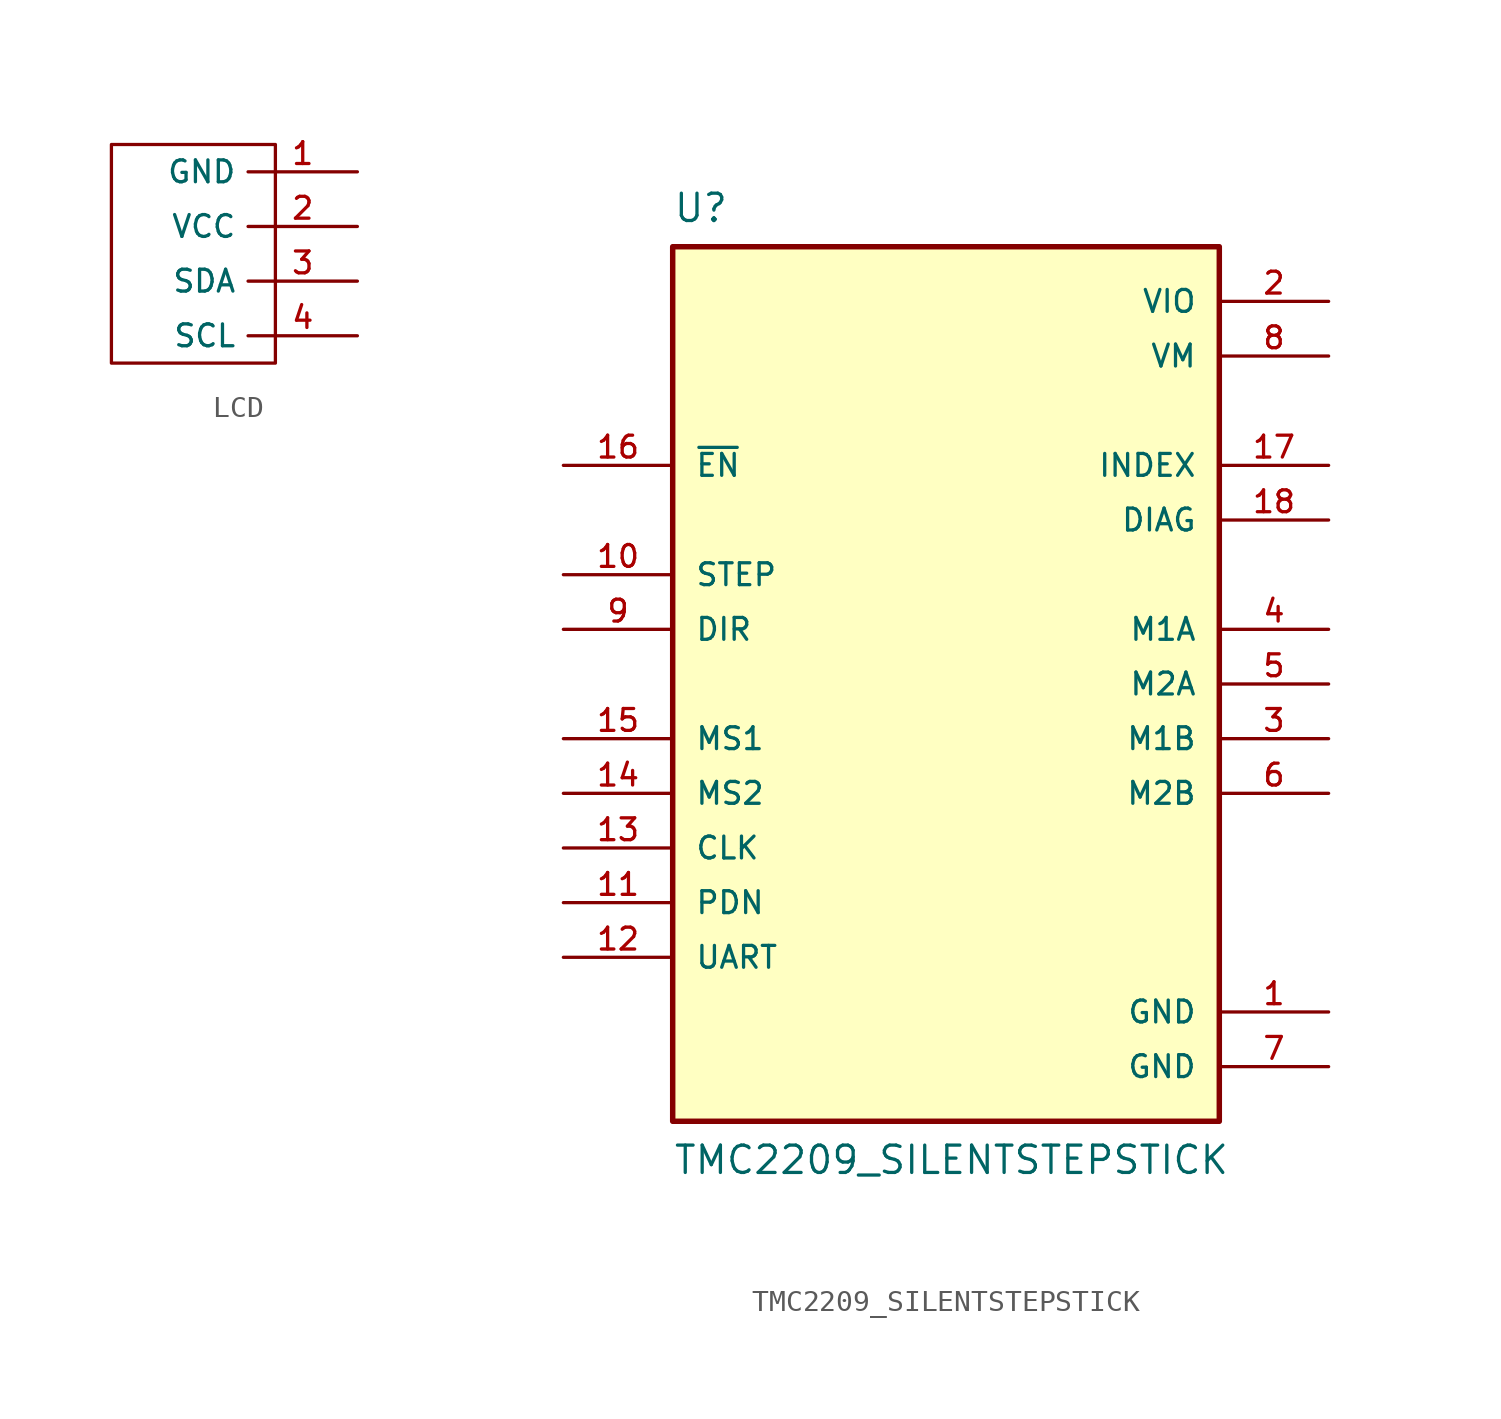
<source format=kicad_sym>
(kicad_symbol_lib
  (version 20231120)
  (generator "kicad_symbol_editor")
  (generator_version "8.0")
  (symbol "LCD"
    (property "Reference" "U"
      (at 0 3.556 0)
      (effects (font (size 1.27 1.27)) (hide yes)))
    (property "Value" ""
      (at 0 0 0)
      (effects (font (size 1.27 1.27))))
    (symbol "LCD_0_1"
      (rectangle (start -3.81 -1.27) (end 3.81 -11.43) (stroke (width 0) (type default)) (fill (type none))))
    (symbol "LCD_1_0"
      (pin bidirectional line (at 7.62 -2.54 180) (length 5.08) (name "GND" (effects (font (size 1.016 1.016)))) (number "1" (effects (font (size 1.016 1.016)))))
      (pin input line (at 7.62 -5.08 180) (length 5.08) (name "VCC" (effects (font (size 1.016 1.016)))) (number "2" (effects (font (size 1.016 1.016)))))
      (pin input line (at 7.62 -7.62 180) (length 5.08) (name "SDA" (effects (font (size 1.016 1.016)))) (number "3" (effects (font (size 1.016 1.016)))))
      (pin input line (at 7.62 -10.16 180) (length 5.08) (name "SCL" (effects (font (size 1.016 1.016)))) (number "4" (effects (font (size 1.016 1.016)))))))
  (symbol "TMC2209_SILENTSTEPSTICK"
    (pin_names
      (offset 1.016))
    (property "Reference" "U"
      (at -12.7 22.86 0)
      (effects (font (size 1.27 1.27)) (justify left top)))
    (property "Value" "TMC2209_SILENTSTEPSTICK"
      (at -12.7 -22.86 0)
      (effects (font (size 1.27 1.27)) (justify left bottom)))
    (symbol "TMC2209_SILENTSTEPSTICK_0_0"
      (rectangle (start -12.7 20.32) (end 12.7 -20.32) (stroke (width 0.254) (type default)) (fill (type background)))
      (pin power_in line (at 17.78 -15.24 180) (length 5.08) (name "GND" (effects (font (size 1.016 1.016)))) (number "1" (effects (font (size 1.016 1.016)))))
      (pin input line (at -17.78 5.08 0) (length 5.08) (name "STEP" (effects (font (size 1.016 1.016)))) (number "10" (effects (font (size 1.016 1.016)))))
      (pin bidirectional line (at -17.78 -10.16 0) (length 5.08) (name "PDN" (effects (font (size 1.016 1.016)))) (number "11" (effects (font (size 1.016 1.016)))))
      (pin bidirectional line (at -17.78 -12.7 0) (length 5.08) (name "UART" (effects (font (size 1.016 1.016)))) (number "12" (effects (font (size 1.016 1.016)))))
      (pin input line (at -17.78 -5.08 0) (length 5.08) (name "MS2" (effects (font (size 1.016 1.016)))) (number "14" (effects (font (size 1.016 1.016)))))
      (pin input line (at -17.78 -2.54 0) (length 5.08) (name "MS1" (effects (font (size 1.016 1.016)))) (number "15" (effects (font (size 1.016 1.016)))))
      (pin input line (at -17.78 10.16 0) (length 5.08) (name "~{EN}" (effects (font (size 1.016 1.016)))) (number "16" (effects (font (size 1.016 1.016)))))
      (pin output line (at 17.78 10.16 180) (length 5.08) (name "INDEX" (effects (font (size 1.016 1.016)))) (number "17" (effects (font (size 1.016 1.016)))))
      (pin output line (at 17.78 7.62 180) (length 5.08) (name "DIAG" (effects (font (size 1.016 1.016)))) (number "18" (effects (font (size 1.016 1.016)))))
      (pin power_in line (at 17.78 17.78 180) (length 5.08) (name "VIO" (effects (font (size 1.016 1.016)))) (number "2" (effects (font (size 1.016 1.016)))))
      (pin output line (at 17.78 -2.54 180) (length 5.08) (name "M1B" (effects (font (size 1.016 1.016)))) (number "3" (effects (font (size 1.016 1.016)))))
      (pin output line (at 17.78 2.54 180) (length 5.08) (name "M1A" (effects (font (size 1.016 1.016)))) (number "4" (effects (font (size 1.016 1.016)))))
      (pin output line (at 17.78 0 180) (length 5.08) (name "M2A" (effects (font (size 1.016 1.016)))) (number "5" (effects (font (size 1.016 1.016)))))
      (pin output line (at 17.78 -5.08 180) (length 5.08) (name "M2B" (effects (font (size 1.016 1.016)))) (number "6" (effects (font (size 1.016 1.016)))))
      (pin power_in line (at 17.78 -17.78 180) (length 5.08) (name "GND" (effects (font (size 1.016 1.016)))) (number "7" (effects (font (size 1.016 1.016)))))
      (pin power_in line (at 17.78 15.24 180) (length 5.08) (name "VM" (effects (font (size 1.016 1.016)))) (number "8" (effects (font (size 1.016 1.016)))))
      (pin input line (at -17.78 2.54 0) (length 5.08) (name "DIR" (effects (font (size 1.016 1.016)))) (number "9" (effects (font (size 1.016 1.016))))))
    (symbol "TMC2209_SILENTSTEPSTICK_1_0"
      (pin input line (at -17.78 -7.62 0) (length 5.08) (name "CLK" (effects (font (size 1.016 1.016)))) (number "13" (effects (font (size 1.016 1.016))))))))
</source>
